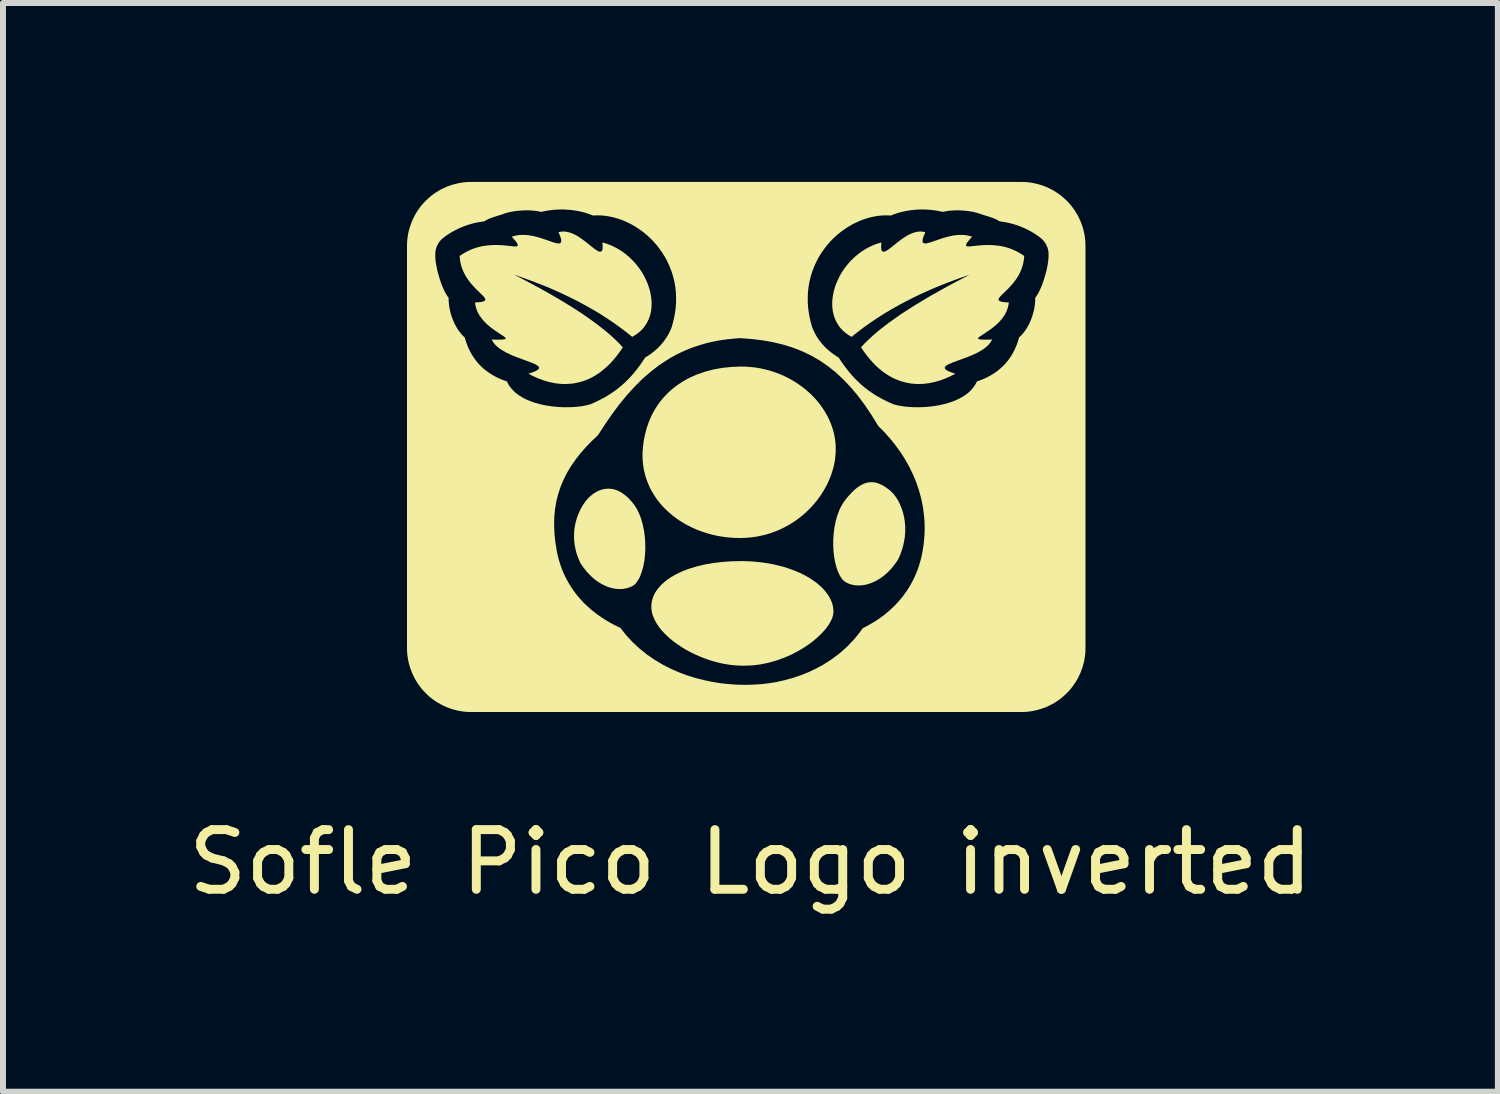
<source format=kicad_pcb>
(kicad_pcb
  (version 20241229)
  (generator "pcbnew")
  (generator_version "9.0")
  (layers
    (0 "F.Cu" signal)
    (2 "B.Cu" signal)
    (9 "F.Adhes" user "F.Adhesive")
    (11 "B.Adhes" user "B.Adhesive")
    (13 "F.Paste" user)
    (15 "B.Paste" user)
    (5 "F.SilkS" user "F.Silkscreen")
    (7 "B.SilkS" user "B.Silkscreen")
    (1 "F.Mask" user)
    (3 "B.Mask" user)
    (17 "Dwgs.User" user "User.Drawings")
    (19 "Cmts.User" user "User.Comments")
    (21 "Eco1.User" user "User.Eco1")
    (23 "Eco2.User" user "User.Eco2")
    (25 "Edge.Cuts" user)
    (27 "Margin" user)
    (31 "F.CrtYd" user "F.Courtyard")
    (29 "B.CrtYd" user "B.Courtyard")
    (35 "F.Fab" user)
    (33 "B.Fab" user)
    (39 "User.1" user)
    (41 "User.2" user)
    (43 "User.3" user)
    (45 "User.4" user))
  (footprint "Sofle Pico Logo inverted"
    (layer "F.Cu")
    (at 9.46 4.443)
    (property "Reference" "Sofle Pico Logo inverted" (at 0.07 6.96 0) (unlocked yes) (layer "F.SilkS") (effects (font (size 1 1) (thickness 0.15))))
    (fp_poly (pts (xy 2.119 0.591) (xy 2.138 0.592) (xy 2.157 0.595) (xy 2.176 0.599) (xy 2.194 0.605) (xy 2.213 0.611) (xy 2.231 0.618) (xy 2.25 0.626) (xy 2.268 0.634) (xy 2.286 0.644) (xy 2.304 0.654) (xy 2.322 0.665) (xy 2.34 0.677) (xy 2.358 0.689) (xy 2.376 0.703) (xy 2.394 0.716) (xy 2.435 0.751) (xy 2.474 0.794) (xy 2.511 0.843) (xy 2.546 0.898) (xy 2.577 0.96) (xy 2.604 1.026) (xy 2.627 1.097) (xy 2.646 1.173) (xy 2.658 1.253) (xy 2.665 1.337) (xy 2.665 1.423) (xy 2.658 1.512) (xy 2.642 1.604) (xy 2.632 1.65) (xy 2.619 1.697) (xy 2.604 1.744) (xy 2.587 1.792) (xy 2.567 1.839) (xy 2.545 1.887) (xy 2.518 1.927) (xy 2.491 1.965) (xy 2.463 2.001) (xy 2.435 2.035) (xy 2.406 2.067) (xy 2.376 2.096) (xy 2.347 2.124) (xy 2.317 2.15) (xy 2.286 2.174) (xy 2.256 2.196) (xy 2.225 2.216) (xy 2.194 2.234) (xy 2.163 2.251) (xy 2.132 2.265) (xy 2.101 2.278) (xy 2.07 2.289) (xy 2.04 2.299) (xy 2.01 2.307) (xy 1.98 2.313) (xy 1.95 2.317) (xy 1.921 2.32) (xy 1.892 2.321) (xy 1.864 2.321) (xy 1.836 2.319) (xy 1.81 2.316) (xy 1.783 2.311) (xy 1.758 2.304) (xy 1.733 2.297) (xy 1.71 2.288) (xy 1.687 2.277) (xy 1.665 2.265) (xy 1.645 2.252) (xy 1.624 2.232) (xy 1.604 2.209) (xy 1.586 2.183) (xy 1.568 2.154) (xy 1.537 2.088) (xy 1.511 2.012) (xy 1.489 1.929) (xy 1.473 1.84) (xy 1.463 1.745) (xy 1.458 1.647) (xy 1.459 1.547) (xy 1.466 1.446) (xy 1.479 1.346) (xy 1.499 1.249) (xy 1.525 1.154) (xy 1.558 1.065) (xy 1.577 1.023) (xy 1.598 0.982) (xy 1.621 0.944) (xy 1.646 0.908) (xy 1.678 0.866) (xy 1.71 0.827) (xy 1.742 0.792) (xy 1.772 0.76) (xy 1.802 0.731) (xy 1.832 0.704) (xy 1.861 0.681) (xy 1.889 0.661) (xy 1.917 0.644) (xy 1.944 0.629) (xy 1.971 0.616) (xy 1.998 0.607) (xy 2.024 0.599) (xy 2.049 0.594) (xy 2.075 0.591) (xy 2.1 0.59)) (stroke (width 0) (type solid)) (fill yes) (layer "F.SilkS"))
    (fp_poly (pts (xy 0.021 1.916) (xy 0.104 1.92) (xy 0.186 1.927) (xy 0.265 1.936) (xy 0.342 1.947) (xy 0.417 1.96) (xy 0.49 1.976) (xy 0.561 1.993) (xy 0.63 2.011) (xy 0.696 2.032) (xy 0.76 2.054) (xy 0.822 2.078) (xy 0.881 2.103) (xy 0.937 2.129) (xy 0.992 2.157) (xy 1.043 2.186) (xy 1.092 2.217) (xy 1.138 2.248) (xy 1.181 2.28) (xy 1.221 2.314) (xy 1.259 2.348) (xy 1.293 2.383) (xy 1.325 2.419) (xy 1.353 2.455) (xy 1.378 2.492) (xy 1.4 2.53) (xy 1.419 2.568) (xy 1.435 2.606) (xy 1.447 2.644) (xy 1.455 2.683) (xy 1.46 2.722) (xy 1.462 2.76) (xy 1.46 2.793) (xy 1.453 2.827) (xy 1.443 2.862) (xy 1.428 2.898) (xy 1.388 2.972) (xy 1.333 3.048) (xy 1.265 3.125) (xy 1.185 3.201) (xy 1.094 3.276) (xy 0.993 3.347) (xy 0.882 3.415) (xy 0.764 3.477) (xy 0.639 3.532) (xy 0.508 3.579) (xy 0.372 3.618) (xy 0.232 3.646) (xy 0.161 3.655) (xy 0.09 3.662) (xy 0.018 3.665) (xy -0.055 3.666) (xy -0.119 3.665) (xy -0.185 3.661) (xy -0.251 3.655) (xy -0.318 3.645) (xy -0.385 3.634) (xy -0.451 3.619) (xy -0.518 3.602) (xy -0.584 3.583) (xy -0.65 3.561) (xy -0.715 3.538) (xy -0.78 3.512) (xy -0.843 3.484) (xy -0.904 3.455) (xy -0.965 3.424) (xy -1.024 3.391) (xy -1.081 3.356) (xy -1.135 3.32) (xy -1.188 3.283) (xy -1.238 3.245) (xy -1.286 3.205) (xy -1.331 3.164) (xy -1.373 3.123) (xy -1.412 3.08) (xy -1.448 3.037) (xy -1.48 2.993) (xy -1.508 2.949) (xy -1.533 2.904) (xy -1.553 2.858) (xy -1.57 2.813) (xy -1.582 2.767) (xy -1.589 2.722) (xy -1.591 2.676) (xy -1.589 2.636) (xy -1.584 2.597) (xy -1.575 2.559) (xy -1.563 2.521) (xy -1.548 2.484) (xy -1.529 2.447) (xy -1.507 2.412) (xy -1.482 2.377) (xy -1.423 2.31) (xy -1.352 2.246) (xy -1.269 2.187) (xy -1.175 2.133) (xy -1.071 2.084) (xy -0.955 2.04) (xy -0.83 2.002) (xy -0.695 1.97) (xy -0.55 1.945) (xy -0.396 1.927) (xy -0.234 1.916) (xy -0.063 1.913)) (stroke (width 0) (type solid)) (fill yes) (layer "F.SilkS"))
    (fp_poly (pts (xy -2.297 0.699) (xy -2.272 0.701) (xy -2.246 0.705) (xy -2.219 0.71) (xy -2.192 0.718) (xy -2.165 0.728) (xy -2.138 0.74) (xy -2.11 0.754) (xy -2.082 0.771) (xy -2.054 0.791) (xy -2.025 0.813) (xy -1.996 0.838) (xy -1.967 0.866) (xy -1.938 0.897) (xy -1.909 0.931) (xy -1.88 0.968) (xy -1.855 1.005) (xy -1.832 1.043) (xy -1.811 1.084) (xy -1.792 1.126) (xy -1.775 1.17) (xy -1.759 1.215) (xy -1.733 1.309) (xy -1.713 1.407) (xy -1.7 1.507) (xy -1.693 1.608) (xy -1.692 1.708) (xy -1.697 1.806) (xy -1.707 1.901) (xy -1.723 1.99) (xy -1.745 2.073) (xy -1.771 2.148) (xy -1.786 2.183) (xy -1.802 2.214) (xy -1.82 2.243) (xy -1.838 2.27) (xy -1.858 2.293) (xy -1.879 2.313) (xy -1.899 2.326) (xy -1.921 2.338) (xy -1.944 2.348) (xy -1.967 2.357) (xy -1.992 2.365) (xy -2.017 2.371) (xy -2.044 2.376) (xy -2.071 2.38) (xy -2.098 2.381) (xy -2.126 2.382) (xy -2.155 2.381) (xy -2.184 2.378) (xy -2.214 2.373) (xy -2.244 2.367) (xy -2.274 2.36) (xy -2.305 2.35) (xy -2.335 2.339) (xy -2.366 2.326) (xy -2.397 2.311) (xy -2.428 2.295) (xy -2.459 2.277) (xy -2.49 2.257) (xy -2.52 2.235) (xy -2.551 2.211) (xy -2.581 2.185) (xy -2.611 2.157) (xy -2.64 2.127) (xy -2.669 2.096) (xy -2.697 2.062) (xy -2.725 2.026) (xy -2.752 1.988) (xy -2.779 1.948) (xy -2.801 1.9) (xy -2.82 1.853) (xy -2.837 1.806) (xy -2.851 1.76) (xy -2.862 1.714) (xy -2.871 1.669) (xy -2.878 1.625) (xy -2.883 1.581) (xy -2.886 1.538) (xy -2.887 1.496) (xy -2.886 1.454) (xy -2.884 1.414) (xy -2.88 1.374) (xy -2.874 1.336) (xy -2.867 1.298) (xy -2.859 1.261) (xy -2.849 1.226) (xy -2.839 1.191) (xy -2.827 1.158) (xy -2.815 1.126) (xy -2.788 1.065) (xy -2.759 1.01) (xy -2.729 0.96) (xy -2.699 0.917) (xy -2.669 0.88) (xy -2.64 0.849) (xy -2.626 0.836) (xy -2.611 0.822) (xy -2.595 0.809) (xy -2.578 0.796) (xy -2.561 0.783) (xy -2.543 0.771) (xy -2.523 0.759) (xy -2.504 0.749) (xy -2.483 0.738) (xy -2.462 0.729) (xy -2.44 0.721) (xy -2.418 0.714) (xy -2.395 0.708) (xy -2.371 0.704) (xy -2.347 0.701) (xy -2.322 0.699)) (stroke (width 0) (type solid)) (fill yes) (layer "F.SilkS"))
    (fp_poly (pts (xy -0.012 -1.347) (xy 0.067 -1.341) (xy 0.144 -1.333) (xy 0.221 -1.321) (xy 0.296 -1.305) (xy 0.37 -1.287) (xy 0.442 -1.265) (xy 0.514 -1.24) (xy 0.583 -1.213) (xy 0.651 -1.182) (xy 0.717 -1.149) (xy 0.781 -1.113) (xy 0.844 -1.074) (xy 0.904 -1.033) (xy 0.962 -0.99) (xy 1.017 -0.944) (xy 1.07 -0.897) (xy 1.121 -0.847) (xy 1.169 -0.795) (xy 1.214 -0.742) (xy 1.256 -0.686) (xy 1.295 -0.629) (xy 1.331 -0.571) (xy 1.364 -0.511) (xy 1.394 -0.449) (xy 1.42 -0.387) (xy 1.443 -0.323) (xy 1.462 -0.258) (xy 1.478 -0.192) (xy 1.489 -0.125) (xy 1.497 -0.058) (xy 1.5 0.01) (xy 1.5 0.079) (xy 1.495 0.148) (xy 1.487 0.217) (xy 1.475 0.285) (xy 1.459 0.354) (xy 1.439 0.421) (xy 1.416 0.489) (xy 1.389 0.555) (xy 1.359 0.62) (xy 1.325 0.685) (xy 1.288 0.748) (xy 1.248 0.81) (xy 1.205 0.87) (xy 1.159 0.929) (xy 1.11 0.986) (xy 1.058 1.04) (xy 1.004 1.093) (xy 0.947 1.143) (xy 0.887 1.191) (xy 0.824 1.237) (xy 0.759 1.279) (xy 0.692 1.319) (xy 0.623 1.356) (xy 0.551 1.39) (xy 0.477 1.42) (xy 0.401 1.447) (xy 0.324 1.47) (xy 0.244 1.489) (xy 0.162 1.505) (xy 0.079 1.516) (xy -0.005 1.523) (xy -0.092 1.526) (xy -0.178 1.525) (xy -0.264 1.52) (xy -0.349 1.511) (xy -0.433 1.499) (xy -0.515 1.483) (xy -0.596 1.464) (xy -0.675 1.441) (xy -0.753 1.415) (xy -0.829 1.386) (xy -0.902 1.354) (xy -0.974 1.318) (xy -1.043 1.28) (xy -1.11 1.239) (xy -1.175 1.195) (xy -1.236 1.148) (xy -1.295 1.098) (xy -1.351 1.046) (xy -1.404 0.992) (xy -1.453 0.934) (xy -1.499 0.875) (xy -1.541 0.813) (xy -1.58 0.748) (xy -1.615 0.682) (xy -1.646 0.613) (xy -1.672 0.543) (xy -1.695 0.47) (xy -1.713 0.396) (xy -1.726 0.32) (xy -1.735 0.242) (xy -1.739 0.162) (xy -1.738 0.081) (xy -1.731 -0.002) (xy -1.721 -0.085) (xy -1.707 -0.164) (xy -1.689 -0.241) (xy -1.669 -0.316) (xy -1.645 -0.388) (xy -1.618 -0.457) (xy -1.588 -0.524) (xy -1.555 -0.588) (xy -1.519 -0.65) (xy -1.48 -0.709) (xy -1.439 -0.765) (xy -1.395 -0.819) (xy -1.348 -0.87) (xy -1.299 -0.919) (xy -1.248 -0.965) (xy -1.194 -1.008) (xy -1.138 -1.049) (xy -1.08 -1.087) (xy -1.02 -1.123) (xy -0.958 -1.156) (xy -0.894 -1.186) (xy -0.829 -1.214) (xy -0.692 -1.262) (xy -0.55 -1.299) (xy -0.401 -1.326) (xy -0.248 -1.342) (xy -0.091 -1.348)) (stroke (width 0) (type solid)) (fill yes) (layer "F.SilkS"))
    (fp_poly (pts (xy 2.94 -3.611) (xy 2.949 -3.61) (xy 2.958 -3.609) (xy 2.967 -3.608) (xy 2.976 -3.606) (xy 2.984 -3.604) (xy 2.993 -3.602) (xy 3.002 -3.599) (xy 2.971 -3.525) (xy 2.962 -3.496) (xy 2.957 -3.471) (xy 2.956 -3.452) (xy 2.958 -3.436) (xy 2.964 -3.425) (xy 2.973 -3.417) (xy 2.986 -3.413) (xy 3.001 -3.412) (xy 3.019 -3.413) (xy 3.04 -3.417) (xy 3.09 -3.431) (xy 3.148 -3.451) (xy 3.286 -3.498) (xy 3.364 -3.521) (xy 3.445 -3.54) (xy 3.487 -3.547) (xy 3.529 -3.552) (xy 3.572 -3.555) (xy 3.615 -3.555) (xy 3.658 -3.553) (xy 3.701 -3.547) (xy 3.743 -3.538) (xy 3.786 -3.525) (xy 3.731 -3.462) (xy 3.697 -3.417) (xy 3.689 -3.4) (xy 3.685 -3.387) (xy 3.685 -3.377) (xy 3.691 -3.369) (xy 3.7 -3.365) (xy 3.714 -3.362) (xy 3.753 -3.362) (xy 3.871 -3.375) (xy 3.948 -3.382) (xy 4.034 -3.386) (xy 4.128 -3.384) (xy 4.228 -3.374) (xy 4.28 -3.366) (xy 4.333 -3.354) (xy 4.386 -3.339) (xy 4.441 -3.32) (xy 4.495 -3.297) (xy 4.55 -3.27) (xy 4.605 -3.238) (xy 4.66 -3.202) (xy 4.655 -3.147) (xy 4.647 -3.096) (xy 4.635 -3.046) (xy 4.62 -2.999) (xy 4.603 -2.954) (xy 4.583 -2.912) (xy 4.561 -2.871) (xy 4.538 -2.833) (xy 4.513 -2.797) (xy 4.487 -2.763) (xy 4.435 -2.701) (xy 4.383 -2.646) (xy 4.334 -2.598) (xy 4.292 -2.557) (xy 4.258 -2.523) (xy 4.246 -2.508) (xy 4.236 -2.494) (xy 4.231 -2.481) (xy 4.229 -2.47) (xy 4.232 -2.46) (xy 4.239 -2.452) (xy 4.252 -2.444) (xy 4.27 -2.438) (xy 4.293 -2.432) (xy 4.323 -2.428) (xy 4.402 -2.422) (xy 4.395 -2.374) (xy 4.383 -2.329) (xy 4.368 -2.286) (xy 4.349 -2.245) (xy 4.327 -2.206) (xy 4.302 -2.17) (xy 4.275 -2.135) (xy 4.246 -2.102) (xy 4.216 -2.072) (xy 4.185 -2.043) (xy 4.121 -1.991) (xy 4.059 -1.947) (xy 4.002 -1.909) (xy 3.915 -1.851) (xy 3.901 -1.841) (xy 3.892 -1.831) (xy 3.887 -1.823) (xy 3.887 -1.816) (xy 3.893 -1.811) (xy 3.905 -1.806) (xy 3.923 -1.803) (xy 3.947 -1.8) (xy 4.018 -1.799) (xy 4.122 -1.801) (xy 4.104 -1.768) (xy 4.082 -1.736) (xy 4.055 -1.706) (xy 4.025 -1.678) (xy 3.992 -1.652) (xy 3.955 -1.627) (xy 3.916 -1.603) (xy 3.876 -1.581) (xy 3.79 -1.541) (xy 3.702 -1.505) (xy 3.534 -1.443) (xy 3.461 -1.416) (xy 3.401 -1.391) (xy 3.376 -1.378) (xy 3.356 -1.366) (xy 3.342 -1.353) (xy 3.332 -1.341) (xy 3.328 -1.328) (xy 3.331 -1.316) (xy 3.34 -1.302) (xy 3.357 -1.289) (xy 3.381 -1.275) (xy 3.414 -1.26) (xy 3.455 -1.244) (xy 3.505 -1.228) (xy 3.428 -1.188) (xy 3.346 -1.151) (xy 3.258 -1.118) (xy 3.165 -1.091) (xy 3.069 -1.07) (xy 2.969 -1.058) (xy 2.918 -1.056) (xy 2.867 -1.056) (xy 2.815 -1.059) (xy 2.762 -1.064) (xy 2.71 -1.073) (xy 2.656 -1.085) (xy 2.603 -1.1) (xy 2.55 -1.118) (xy 2.496 -1.14) (xy 2.442 -1.166) (xy 2.389 -1.196) (xy 2.336 -1.23) (xy 2.282 -1.269) (xy 2.23 -1.312) (xy 2.177 -1.359) (xy 2.125 -1.411) (xy 2.074 -1.469) (xy 2.023 -1.531) (xy 1.973 -1.598) (xy 1.924 -1.671) (xy 1.984 -1.735) (xy 2.05 -1.8) (xy 2.123 -1.867) (xy 2.202 -1.935) (xy 2.288 -2.004) (xy 2.381 -2.075) (xy 2.589 -2.223) (xy 2.828 -2.377) (xy 3.099 -2.539) (xy 3.404 -2.709) (xy 3.745 -2.888) (xy 3.606 -2.84) (xy 3.469 -2.79) (xy 3.333 -2.738) (xy 3.2 -2.685) (xy 3.068 -2.628) (xy 2.939 -2.57) (xy 2.811 -2.509) (xy 2.686 -2.446) (xy 2.562 -2.38) (xy 2.442 -2.312) (xy 2.323 -2.242) (xy 2.207 -2.168) (xy 2.093 -2.092) (xy 1.981 -2.013) (xy 1.873 -1.931) (xy 1.766 -1.846) (xy 1.709 -1.88) (xy 1.658 -1.917) (xy 1.613 -1.958) (xy 1.573 -2.002) (xy 1.539 -2.05) (xy 1.51 -2.1) (xy 1.486 -2.152) (xy 1.467 -2.207) (xy 1.454 -2.263) (xy 1.445 -2.322) (xy 1.441 -2.381) (xy 1.442 -2.442) (xy 1.448 -2.503) (xy 1.458 -2.565) (xy 1.472 -2.627) (xy 1.49 -2.689) (xy 1.513 -2.75) (xy 1.54 -2.811) (xy 1.57 -2.871) (xy 1.604 -2.93) (xy 1.642 -2.987) (xy 1.684 -3.042) (xy 1.728 -3.095) (xy 1.776 -3.145) (xy 1.828 -3.193) (xy 1.882 -3.238) (xy 1.939 -3.28) (xy 2 -3.318) (xy 2.062 -3.352) (xy 2.128 -3.382) (xy 2.196 -3.408) (xy 2.266 -3.429) (xy 2.263 -3.391) (xy 2.261 -3.358) (xy 2.262 -3.331) (xy 2.266 -3.31) (xy 2.271 -3.294) (xy 2.279 -3.283) (xy 2.288 -3.276) (xy 2.299 -3.273) (xy 2.312 -3.274) (xy 2.327 -3.278) (xy 2.344 -3.286) (xy 2.362 -3.296) (xy 2.402 -3.324) (xy 2.448 -3.36) (xy 2.553 -3.444) (xy 2.611 -3.487) (xy 2.672 -3.528) (xy 2.703 -3.546) (xy 2.735 -3.563) (xy 2.767 -3.578) (xy 2.8 -3.59) (xy 2.833 -3.6) (xy 2.866 -3.607) (xy 2.899 -3.611) (xy 2.932 -3.612)) (stroke (width 0) (type solid)) (fill yes) (layer "F.SilkS"))
    (fp_poly (pts (xy -3.044 -3.611) (xy -3.011 -3.607) (xy -2.978 -3.6) (xy -2.945 -3.59) (xy -2.912 -3.578) (xy -2.88 -3.563) (xy -2.848 -3.546) (xy -2.817 -3.528) (xy -2.756 -3.487) (xy -2.698 -3.444) (xy -2.593 -3.36) (xy -2.547 -3.324) (xy -2.507 -3.296) (xy -2.489 -3.286) (xy -2.472 -3.278) (xy -2.457 -3.274) (xy -2.444 -3.273) (xy -2.433 -3.276) (xy -2.424 -3.283) (xy -2.416 -3.294) (xy -2.411 -3.31) (xy -2.408 -3.331) (xy -2.407 -3.358) (xy -2.408 -3.391) (xy -2.411 -3.429) (xy -2.341 -3.408) (xy -2.273 -3.382) (xy -2.208 -3.352) (xy -2.145 -3.318) (xy -2.084 -3.28) (xy -2.027 -3.238) (xy -1.973 -3.193) (xy -1.922 -3.145) (xy -1.873 -3.095) (xy -1.829 -3.042) (xy -1.787 -2.987) (xy -1.749 -2.93) (xy -1.715 -2.871) (xy -1.685 -2.811) (xy -1.658 -2.75) (xy -1.636 -2.689) (xy -1.617 -2.627) (xy -1.603 -2.565) (xy -1.593 -2.503) (xy -1.587 -2.442) (xy -1.587 -2.381) (xy -1.59 -2.322) (xy -1.599 -2.263) (xy -1.612 -2.207) (xy -1.631 -2.152) (xy -1.655 -2.1) (xy -1.684 -2.05) (xy -1.718 -2.002) (xy -1.758 -1.958) (xy -1.803 -1.917) (xy -1.855 -1.88) (xy -1.912 -1.846) (xy -2.018 -1.931) (xy -2.127 -2.013) (xy -2.238 -2.092) (xy -2.352 -2.168) (xy -2.468 -2.242) (xy -2.587 -2.312) (xy -2.708 -2.38) (xy -2.831 -2.446) (xy -2.956 -2.509) (xy -3.084 -2.57) (xy -3.213 -2.628) (xy -3.345 -2.685) (xy -3.614 -2.79) (xy -3.89 -2.888) (xy -3.715 -2.797) (xy -3.549 -2.709) (xy -3.392 -2.623) (xy -3.244 -2.539) (xy -3.104 -2.457) (xy -2.973 -2.377) (xy -2.849 -2.299) (xy -2.734 -2.223) (xy -2.626 -2.148) (xy -2.526 -2.075) (xy -2.433 -2.004) (xy -2.347 -1.935) (xy -2.268 -1.867) (xy -2.195 -1.8) (xy -2.129 -1.735) (xy -2.069 -1.671) (xy -2.118 -1.598) (xy -2.168 -1.531) (xy -2.219 -1.469) (xy -2.27 -1.411) (xy -2.322 -1.359) (xy -2.375 -1.312) (xy -2.428 -1.269) (xy -2.481 -1.23) (xy -2.534 -1.196) (xy -2.587 -1.166) (xy -2.641 -1.14) (xy -2.695 -1.118) (xy -2.748 -1.1) (xy -2.802 -1.085) (xy -2.855 -1.073) (xy -2.908 -1.064) (xy -2.96 -1.059) (xy -3.012 -1.056) (xy -3.064 -1.056) (xy -3.115 -1.058) (xy -3.165 -1.063) (xy -3.214 -1.07) (xy -3.311 -1.091) (xy -3.403 -1.118) (xy -3.491 -1.151) (xy -3.573 -1.188) (xy -3.65 -1.228) (xy -3.559 -1.26) (xy -3.526 -1.275) (xy -3.502 -1.289) (xy -3.485 -1.302) (xy -3.476 -1.316) (xy -3.473 -1.328) (xy -3.477 -1.341) (xy -3.487 -1.353) (xy -3.502 -1.366) (xy -3.546 -1.391) (xy -3.606 -1.416) (xy -3.679 -1.443) (xy -3.847 -1.505) (xy -3.935 -1.541) (xy -4.021 -1.581) (xy -4.1 -1.627) (xy -4.137 -1.652) (xy -4.17 -1.678) (xy -4.201 -1.706) (xy -4.227 -1.736) (xy -4.249 -1.768) (xy -4.267 -1.801) (xy -4.164 -1.799) (xy -4.092 -1.8) (xy -4.068 -1.803) (xy -4.05 -1.806) (xy -4.038 -1.811) (xy -4.032 -1.816) (xy -4.032 -1.823) (xy -4.037 -1.831) (xy -4.06 -1.851) (xy -4.147 -1.909) (xy -4.204 -1.947) (xy -4.266 -1.991) (xy -4.33 -2.043) (xy -4.361 -2.072) (xy -4.391 -2.102) (xy -4.42 -2.135) (xy -4.447 -2.17) (xy -4.472 -2.206) (xy -4.494 -2.245) (xy -4.513 -2.286) (xy -4.528 -2.329) (xy -4.54 -2.374) (xy -4.547 -2.422) (xy -4.468 -2.428) (xy -4.438 -2.432) (xy -4.415 -2.438) (xy -4.397 -2.444) (xy -4.384 -2.452) (xy -4.377 -2.46) (xy -4.374 -2.47) (xy -4.376 -2.481) (xy -4.382 -2.494) (xy -4.391 -2.508) (xy -4.403 -2.523) (xy -4.437 -2.557) (xy -4.479 -2.598) (xy -4.528 -2.646) (xy -4.58 -2.701) (xy -4.633 -2.763) (xy -4.658 -2.797) (xy -4.683 -2.833) (xy -4.706 -2.871) (xy -4.728 -2.912) (xy -4.748 -2.954) (xy -4.765 -2.999) (xy -4.78 -3.046) (xy -4.792 -3.096) (xy -4.8 -3.147) (xy -4.805 -3.202) (xy -4.75 -3.238) (xy -4.695 -3.27) (xy -4.64 -3.297) (xy -4.586 -3.32) (xy -4.531 -3.339) (xy -4.478 -3.354) (xy -4.425 -3.366) (xy -4.373 -3.374) (xy -4.322 -3.38) (xy -4.273 -3.384) (xy -4.225 -3.386) (xy -4.179 -3.386) (xy -4.093 -3.382) (xy -4.016 -3.375) (xy -3.898 -3.362) (xy -3.877 -3.361) (xy -3.859 -3.362) (xy -3.845 -3.365) (xy -3.836 -3.369) (xy -3.831 -3.377) (xy -3.83 -3.387) (xy -3.834 -3.4) (xy -3.843 -3.417) (xy -3.856 -3.437) (xy -3.876 -3.462) (xy -3.931 -3.525) (xy -3.889 -3.538) (xy -3.846 -3.547) (xy -3.803 -3.553) (xy -3.76 -3.555) (xy -3.717 -3.555) (xy -3.674 -3.552) (xy -3.632 -3.547) (xy -3.59 -3.54) (xy -3.549 -3.531) (xy -3.509 -3.521) (xy -3.431 -3.498) (xy -3.359 -3.474) (xy -3.293 -3.451) (xy -3.235 -3.431) (xy -3.209 -3.423) (xy -3.185 -3.417) (xy -3.164 -3.413) (xy -3.146 -3.412) (xy -3.131 -3.413) (xy -3.119 -3.417) (xy -3.114 -3.421) (xy -3.109 -3.425) (xy -3.106 -3.43) (xy -3.104 -3.436) (xy -3.101 -3.452) (xy -3.102 -3.471) (xy -3.107 -3.496) (xy -3.116 -3.525) (xy -3.13 -3.559) (xy -3.147 -3.599) (xy -3.138 -3.602) (xy -3.129 -3.604) (xy -3.121 -3.606) (xy -3.112 -3.608) (xy -3.103 -3.609) (xy -3.094 -3.61) (xy -3.086 -3.611) (xy -3.077 -3.612)) (stroke (width 0) (type solid)) (fill yes) (layer "F.SilkS"))
    (fp_poly (pts (xy 4.665 -4.442) (xy 4.72 -4.438) (xy 4.774 -4.431) (xy 4.827 -4.421) (xy 4.879 -4.409) (xy 4.93 -4.395) (xy 4.981 -4.378) (xy 5.03 -4.359) (xy 5.077 -4.337) (xy 5.124 -4.314) (xy 5.169 -4.288) (xy 5.213 -4.26) (xy 5.255 -4.23) (xy 5.296 -4.198) (xy 5.335 -4.164) (xy 5.372 -4.128) (xy 5.408 -4.091) (xy 5.442 -4.052) (xy 5.474 -4.011) (xy 5.504 -3.969) (xy 5.532 -3.925) (xy 5.558 -3.88) (xy 5.581 -3.833) (xy 5.603 -3.786) (xy 5.622 -3.737) (xy 5.639 -3.686) (xy 5.654 -3.635) (xy 5.666 -3.583) (xy 5.675 -3.53) (xy 5.682 -3.476) (xy 5.686 -3.421) (xy 5.687 -3.365) (xy 5.687 3.365) (xy 5.686 3.421) (xy 5.682 3.476) (xy 5.675 3.53) (xy 5.666 3.583) (xy 5.654 3.635) (xy 5.639 3.686) (xy 5.622 3.736) (xy 5.603 3.785) (xy 5.581 3.833) (xy 5.558 3.88) (xy 5.532 3.925) (xy 5.504 3.969) (xy 5.474 4.011) (xy 5.442 4.052) (xy 5.408 4.091) (xy 5.372 4.128) (xy 5.335 4.164) (xy 5.296 4.198) (xy 5.255 4.23) (xy 5.213 4.26) (xy 5.169 4.288) (xy 5.124 4.313) (xy 5.077 4.337) (xy 5.03 4.359) (xy 4.981 4.378) (xy 4.93 4.395) (xy 4.879 4.409) (xy 4.827 4.421) (xy 4.774 4.431) (xy 4.72 4.438) (xy 4.665 4.442) (xy 4.609 4.443) (xy -4.609 4.443) (xy -4.665 4.442) (xy -4.72 4.438) (xy -4.774 4.431) (xy -4.827 4.421) (xy -4.879 4.409) (xy -4.93 4.395) (xy -4.981 4.378) (xy -5.03 4.359) (xy -5.077 4.337) (xy -5.124 4.313) (xy -5.169 4.288) (xy -5.213 4.26) (xy -5.255 4.23) (xy -5.296 4.198) (xy -5.335 4.164) (xy -5.372 4.128) (xy -5.408 4.091) (xy -5.442 4.052) (xy -5.474 4.011) (xy -5.504 3.969) (xy -5.532 3.925) (xy -5.558 3.88) (xy -5.581 3.833) (xy -5.603 3.785) (xy -5.622 3.736) (xy -5.639 3.686) (xy -5.654 3.635) (xy -5.666 3.583) (xy -5.675 3.53) (xy -5.682 3.476) (xy -5.686 3.421) (xy -5.687 3.365) (xy -5.687 1.31) (xy -3.221 1.31) (xy -3.215 1.453) (xy -3.199 1.602) (xy -3.174 1.756) (xy -3.157 1.833) (xy -3.137 1.907) (xy -3.115 1.978) (xy -3.09 2.047) (xy -3.063 2.113) (xy -3.033 2.176) (xy -3.002 2.236) (xy -2.969 2.294) (xy -2.935 2.349) (xy -2.899 2.402) (xy -2.862 2.453) (xy -2.824 2.501) (xy -2.785 2.546) (xy -2.745 2.59) (xy -2.705 2.631) (xy -2.664 2.67) (xy -2.583 2.741) (xy -2.502 2.804) (xy -2.423 2.859) (xy -2.348 2.907) (xy -2.278 2.948) (xy -2.213 2.983) (xy -2.11 3.033) (xy -2.01 3.159) (xy -1.902 3.275) (xy -1.787 3.381) (xy -1.667 3.478) (xy -1.541 3.565) (xy -1.411 3.643) (xy -1.277 3.712) (xy -1.14 3.773) (xy -1.001 3.826) (xy -0.86 3.87) (xy -0.718 3.907) (xy -0.576 3.937) (xy -0.434 3.96) (xy -0.294 3.975) (xy -0.155 3.985) (xy -0.02 3.988) (xy 0.109 3.985) (xy 0.24 3.977) (xy 0.373 3.962) (xy 0.507 3.94) (xy 0.641 3.91) (xy 0.775 3.874) (xy 0.908 3.829) (xy 1.039 3.777) (xy 1.169 3.716) (xy 1.295 3.647) (xy 1.418 3.569) (xy 1.536 3.482) (xy 1.593 3.435) (xy 1.649 3.386) (xy 1.704 3.334) (xy 1.757 3.279) (xy 1.809 3.223) (xy 1.858 3.164) (xy 1.907 3.102) (xy 1.953 3.038) (xy 2.05 2.987) (xy 2.11 2.953) (xy 2.177 2.912) (xy 2.247 2.864) (xy 2.322 2.809) (xy 2.398 2.745) (xy 2.474 2.674) (xy 2.55 2.594) (xy 2.625 2.505) (xy 2.695 2.407) (xy 2.729 2.354) (xy 2.761 2.299) (xy 2.792 2.241) (xy 2.822 2.18) (xy 2.849 2.117) (xy 2.875 2.052) (xy 2.898 1.983) (xy 2.919 1.912) (xy 2.938 1.838) (xy 2.954 1.76) (xy 2.967 1.682) (xy 2.977 1.605) (xy 2.984 1.528) (xy 2.989 1.451) (xy 2.991 1.375) (xy 2.99 1.3) (xy 2.987 1.226) (xy 2.981 1.152) (xy 2.962 1.007) (xy 2.933 0.864) (xy 2.895 0.725) (xy 2.849 0.59) (xy 2.794 0.458) (xy 2.731 0.329) (xy 2.661 0.205) (xy 2.584 0.085) (xy 2.5 -0.031) (xy 2.41 -0.143) (xy 2.314 -0.25) (xy 2.213 -0.352) (xy 2.102 -0.533) (xy 1.989 -0.701) (xy 1.874 -0.856) (xy 1.755 -0.997) (xy 1.633 -1.127) (xy 1.507 -1.245) (xy 1.376 -1.35) (xy 1.239 -1.445) (xy 1.097 -1.528) (xy 0.948 -1.6) (xy 0.792 -1.662) (xy 0.629 -1.713) (xy 0.457 -1.755) (xy 0.276 -1.787) (xy 0.086 -1.81) (xy -0.114 -1.825) (xy -0.313 -1.806) (xy -0.408 -1.793) (xy -0.502 -1.777) (xy -0.593 -1.758) (xy -0.682 -1.736) (xy -0.769 -1.711) (xy -0.854 -1.684) (xy -0.937 -1.654) (xy -1.019 -1.62) (xy -1.098 -1.584) (xy -1.176 -1.546) (xy -1.252 -1.504) (xy -1.326 -1.46) (xy -1.471 -1.363) (xy -1.61 -1.255) (xy -1.745 -1.137) (xy -1.875 -1.007) (xy -2.002 -0.867) (xy -2.126 -0.716) (xy -2.247 -0.554) (xy -2.366 -0.382) (xy -2.484 -0.199) (xy -2.59 -0.099) (xy -2.689 0.003) (xy -2.78 0.107) (xy -2.862 0.213) (xy -2.937 0.321) (xy -3.004 0.432) (xy -3.061 0.546) (xy -3.111 0.664) (xy -3.151 0.785) (xy -3.183 0.909) (xy -3.205 1.038) (xy -3.218 1.172) (xy -3.221 1.31) (xy -5.687 1.31) (xy -5.687 -3.208) (xy -5.213 -3.208) (xy -5.213 -3.19) (xy -5.212 -3.173) (xy -5.211 -3.155) (xy -5.21 -3.138) (xy -5.206 -3.103) (xy -5.2 -3.068) (xy -5.194 -3.033) (xy -5.187 -2.999) (xy -5.18 -2.965) (xy -5.164 -2.905) (xy -5.147 -2.844) (xy -5.127 -2.783) (xy -5.117 -2.752) (xy -5.106 -2.722) (xy -5.094 -2.691) (xy -5.081 -2.662) (xy -5.068 -2.633) (xy -5.054 -2.604) (xy -5.039 -2.576) (xy -5.023 -2.55) (xy -5.007 -2.524) (xy -4.989 -2.499) (xy -4.989 -2.457) (xy -4.986 -2.413) (xy -4.981 -2.369) (xy -4.974 -2.324) (xy -4.964 -2.279) (xy -4.953 -2.233) (xy -4.939 -2.188) (xy -4.922 -2.143) (xy -4.904 -2.099) (xy -4.884 -2.056) (xy -4.861 -2.014) (xy -4.837 -1.974) (xy -4.81 -1.936) (xy -4.782 -1.9) (xy -4.751 -1.866) (xy -4.719 -1.835) (xy -4.704 -1.785) (xy -4.688 -1.737) (xy -4.671 -1.692) (xy -4.652 -1.649) (xy -4.633 -1.608) (xy -4.612 -1.569) (xy -4.59 -1.532) (xy -4.567 -1.498) (xy -4.544 -1.465) (xy -4.519 -1.433) (xy -4.495 -1.404) (xy -4.469 -1.376) (xy -4.444 -1.35) (xy -4.417 -1.326) (xy -4.391 -1.303) (xy -4.365 -1.282) (xy -4.312 -1.244) (xy -4.261 -1.211) (xy -4.21 -1.182) (xy -4.163 -1.158) (xy -4.118 -1.138) (xy -4.077 -1.122) (xy -4.011 -1.097) (xy -3.99 -1.055) (xy -3.966 -1.016) (xy -3.937 -0.98) (xy -3.906 -0.946) (xy -3.872 -0.913) (xy -3.835 -0.884) (xy -3.795 -0.856) (xy -3.753 -0.831) (xy -3.709 -0.807) (xy -3.663 -0.786) (xy -3.566 -0.748) (xy -3.465 -0.719) (xy -3.36 -0.696) (xy -3.253 -0.68) (xy -3.147 -0.67) (xy -3.043 -0.666) (xy -2.942 -0.667) (xy -2.847 -0.673) (xy -2.759 -0.683) (xy -2.68 -0.698) (xy -2.611 -0.716) (xy -2.532 -0.751) (xy -2.456 -0.788) (xy -2.384 -0.826) (xy -2.316 -0.866) (xy -2.251 -0.908) (xy -2.189 -0.951) (xy -2.13 -0.997) (xy -2.074 -1.044) (xy -2.02 -1.094) (xy -1.969 -1.145) (xy -1.919 -1.199) (xy -1.871 -1.255) (xy -1.825 -1.313) (xy -1.78 -1.373) (xy -1.736 -1.436) (xy -1.693 -1.501) (xy -1.656 -1.523) (xy -1.62 -1.547) (xy -1.585 -1.572) (xy -1.551 -1.598) (xy -1.518 -1.626) (xy -1.486 -1.655) (xy -1.455 -1.686) (xy -1.426 -1.718) (xy -1.398 -1.751) (xy -1.372 -1.785) (xy -1.347 -1.82) (xy -1.324 -1.856) (xy -1.302 -1.894) (xy -1.283 -1.932) (xy -1.265 -1.971) (xy -1.249 -2.012) (xy -1.221 -2.114) (xy -1.2 -2.215) (xy -1.185 -2.313) (xy -1.177 -2.41) (xy -1.176 -2.505) (xy 1.031 -2.505) (xy 1.032 -2.41) (xy 1.04 -2.313) (xy 1.054 -2.215) (xy 1.076 -2.114) (xy 1.104 -2.012) (xy 1.12 -1.971) (xy 1.138 -1.932) (xy 1.157 -1.894) (xy 1.179 -1.856) (xy 1.202 -1.82) (xy 1.227 -1.785) (xy 1.253 -1.751) (xy 1.281 -1.718) (xy 1.31 -1.686) (xy 1.341 -1.655) (xy 1.373 -1.626) (xy 1.406 -1.598) (xy 1.44 -1.572) (xy 1.475 -1.547) (xy 1.511 -1.523) (xy 1.548 -1.501) (xy 1.591 -1.436) (xy 1.635 -1.373) (xy 1.68 -1.313) (xy 1.726 -1.255) (xy 1.774 -1.199) (xy 1.824 -1.145) (xy 1.875 -1.094) (xy 1.929 -1.044) (xy 1.985 -0.997) (xy 2.044 -0.951) (xy 2.106 -0.908) (xy 2.171 -0.866) (xy 2.239 -0.826) (xy 2.311 -0.788) (xy 2.387 -0.751) (xy 2.466 -0.716) (xy 2.535 -0.698) (xy 2.614 -0.683) (xy 2.702 -0.673) (xy 2.797 -0.667) (xy 2.898 -0.666) (xy 3.002 -0.67) (xy 3.108 -0.68) (xy 3.215 -0.696) (xy 3.32 -0.719) (xy 3.421 -0.748) (xy 3.47 -0.766) (xy 3.518 -0.786) (xy 3.564 -0.807) (xy 3.608 -0.831) (xy 3.65 -0.856) (xy 3.69 -0.884) (xy 3.727 -0.913) (xy 3.761 -0.946) (xy 3.792 -0.98) (xy 3.82 -1.016) (xy 3.845 -1.055) (xy 3.866 -1.097) (xy 3.932 -1.122) (xy 3.973 -1.138) (xy 4.018 -1.158) (xy 4.065 -1.182) (xy 4.116 -1.211) (xy 4.167 -1.244) (xy 4.22 -1.282) (xy 4.272 -1.326) (xy 4.324 -1.376) (xy 4.349 -1.404) (xy 4.374 -1.433) (xy 4.399 -1.465) (xy 4.422 -1.498) (xy 4.445 -1.532) (xy 4.467 -1.569) (xy 4.488 -1.608) (xy 4.507 -1.649) (xy 4.526 -1.692) (xy 4.543 -1.737) (xy 4.559 -1.785) (xy 4.573 -1.835) (xy 4.606 -1.866) (xy 4.636 -1.9) (xy 4.665 -1.936) (xy 4.692 -1.974) (xy 4.716 -2.014) (xy 4.739 -2.056) (xy 4.759 -2.099) (xy 4.777 -2.143) (xy 4.793 -2.188) (xy 4.807 -2.233) (xy 4.819 -2.279) (xy 4.829 -2.324) (xy 4.836 -2.369) (xy 4.841 -2.413) (xy 4.844 -2.457) (xy 4.844 -2.499) (xy 4.862 -2.524) (xy 4.878 -2.55) (xy 4.894 -2.576) (xy 4.909 -2.604) (xy 4.923 -2.633) (xy 4.936 -2.662) (xy 4.949 -2.691) (xy 4.961 -2.722) (xy 4.982 -2.783) (xy 5.002 -2.844) (xy 5.019 -2.905) (xy 5.035 -2.965) (xy 5.042 -2.999) (xy 5.049 -3.033) (xy 5.055 -3.068) (xy 5.06 -3.103) (xy 5.064 -3.138) (xy 5.066 -3.155) (xy 5.067 -3.173) (xy 5.068 -3.19) (xy 5.068 -3.208) (xy 5.068 -3.225) (xy 5.068 -3.243) (xy 5.067 -3.261) (xy 5.065 -3.278) (xy 5.062 -3.296) (xy 5.058 -3.313) (xy 5.053 -3.331) (xy 5.048 -3.348) (xy 5.041 -3.364) (xy 5.034 -3.38) (xy 5.026 -3.396) (xy 5.017 -3.412) (xy 5.008 -3.427) (xy 4.997 -3.441) (xy 4.986 -3.455) (xy 4.974 -3.469) (xy 4.962 -3.481) (xy 4.949 -3.493) (xy 4.911 -3.523) (xy 4.871 -3.551) (xy 4.831 -3.578) (xy 4.79 -3.603) (xy 4.748 -3.626) (xy 4.705 -3.648) (xy 4.662 -3.669) (xy 4.617 -3.687) (xy 4.573 -3.705) (xy 4.527 -3.721) (xy 4.481 -3.735) (xy 4.435 -3.748) (xy 4.388 -3.759) (xy 4.34 -3.768) (xy 4.293 -3.776) (xy 4.245 -3.783) (xy 4.226 -3.795) (xy 4.207 -3.806) (xy 4.187 -3.816) (xy 4.167 -3.825) (xy 4.146 -3.834) (xy 4.126 -3.842) (xy 4.083 -3.856) (xy 3.995 -3.884) (xy 3.949 -3.898) (xy 3.926 -3.906) (xy 3.903 -3.915) (xy 3.869 -3.925) (xy 3.834 -3.934) (xy 3.797 -3.942) (xy 3.759 -3.949) (xy 3.72 -3.955) (xy 3.68 -3.959) (xy 3.64 -3.963) (xy 3.6 -3.965) (xy 3.56 -3.967) (xy 3.52 -3.967) (xy 3.48 -3.966) (xy 3.44 -3.963) (xy 3.402 -3.96) (xy 3.365 -3.955) (xy 3.329 -3.948) (xy 3.294 -3.941) (xy 3.257 -3.949) (xy 3.219 -3.957) (xy 3.18 -3.964) (xy 3.141 -3.969) (xy 3.101 -3.974) (xy 3.06 -3.977) (xy 3.019 -3.98) (xy 2.978 -3.981) (xy 2.943 -3.981) (xy 2.908 -3.981) (xy 2.873 -3.979) (xy 2.838 -3.977) (xy 2.803 -3.974) (xy 2.768 -3.97) (xy 2.733 -3.965) (xy 2.698 -3.959) (xy 2.663 -3.953) (xy 2.628 -3.945) (xy 2.594 -3.937) (xy 2.559 -3.928) (xy 2.525 -3.917) (xy 2.492 -3.906) (xy 2.458 -3.894) (xy 2.426 -3.88) (xy 2.354 -3.883) (xy 2.282 -3.881) (xy 2.21 -3.874) (xy 2.138 -3.862) (xy 2.066 -3.846) (xy 1.994 -3.824) (xy 1.923 -3.799) (xy 1.853 -3.768) (xy 1.783 -3.734) (xy 1.716 -3.695) (xy 1.65 -3.652) (xy 1.586 -3.606) (xy 1.524 -3.555) (xy 1.465 -3.501) (xy 1.408 -3.443) (xy 1.354 -3.381) (xy 1.304 -3.316) (xy 1.256 -3.248) (xy 1.213 -3.177) (xy 1.174 -3.102) (xy 1.139 -3.025) (xy 1.108 -2.945) (xy 1.082 -2.862) (xy 1.061 -2.776) (xy 1.045 -2.688) (xy 1.035 -2.598) (xy 1.031 -2.505) (xy -1.176 -2.505) (xy -1.18 -2.598) (xy -1.19 -2.688) (xy -1.206 -2.776) (xy -1.227 -2.862) (xy -1.253 -2.945) (xy -1.284 -3.025) (xy -1.319 -3.102) (xy -1.358 -3.177) (xy -1.402 -3.248) (xy -1.449 -3.316) (xy -1.499 -3.381) (xy -1.553 -3.443) (xy -1.61 -3.501) (xy -1.669 -3.555) (xy -1.731 -3.606) (xy -1.795 -3.652) (xy -1.861 -3.695) (xy -1.929 -3.734) (xy -1.998 -3.768) (xy -2.068 -3.799) (xy -2.139 -3.824) (xy -2.211 -3.846) (xy -2.283 -3.862) (xy -2.355 -3.874) (xy -2.428 -3.881) (xy -2.499 -3.883) (xy -2.571 -3.88) (xy -2.604 -3.894) (xy -2.637 -3.906) (xy -2.67 -3.917) (xy -2.704 -3.928) (xy -2.739 -3.937) (xy -2.773 -3.945) (xy -2.808 -3.953) (xy -2.843 -3.959) (xy -2.878 -3.965) (xy -2.913 -3.97) (xy -2.948 -3.974) (xy -2.983 -3.977) (xy -3.018 -3.979) (xy -3.053 -3.981) (xy -3.088 -3.981) (xy -3.123 -3.981) (xy -3.164 -3.98) (xy -3.205 -3.977) (xy -3.246 -3.974) (xy -3.286 -3.969) (xy -3.325 -3.964) (xy -3.364 -3.957) (xy -3.402 -3.949) (xy -3.439 -3.941) (xy -3.474 -3.948) (xy -3.51 -3.955) (xy -3.547 -3.96) (xy -3.586 -3.963) (xy -3.625 -3.966) (xy -3.665 -3.967) (xy -3.705 -3.967) (xy -3.745 -3.965) (xy -3.786 -3.963) (xy -3.826 -3.959) (xy -3.865 -3.955) (xy -3.904 -3.949) (xy -3.942 -3.942) (xy -3.979 -3.934) (xy -4.014 -3.925) (xy -4.048 -3.915) (xy -4.071 -3.906) (xy -4.094 -3.898) (xy -4.14 -3.884) (xy -4.228 -3.856) (xy -4.271 -3.842) (xy -4.291 -3.834) (xy -4.312 -3.825) (xy -4.332 -3.816) (xy -4.352 -3.806) (xy -4.371 -3.795) (xy -4.39 -3.783) (xy -4.438 -3.776) (xy -4.486 -3.768) (xy -4.533 -3.759) (xy -4.58 -3.748) (xy -4.626 -3.735) (xy -4.672 -3.721) (xy -4.718 -3.705) (xy -4.763 -3.687) (xy -4.807 -3.669) (xy -4.85 -3.648) (xy -4.893 -3.626) (xy -4.935 -3.603) (xy -4.976 -3.578) (xy -5.017 -3.551) (xy -5.056 -3.523) (xy -5.094 -3.493) (xy -5.107 -3.481) (xy -5.12 -3.469) (xy -5.131 -3.455) (xy -5.143 -3.441) (xy -5.153 -3.427) (xy -5.163 -3.412) (xy -5.171 -3.396) (xy -5.179 -3.38) (xy -5.187 -3.364) (xy -5.193 -3.348) (xy -5.198 -3.331) (xy -5.203 -3.313) (xy -5.207 -3.296) (xy -5.21 -3.278) (xy -5.212 -3.261) (xy -5.213 -3.243) (xy -5.213 -3.225) (xy -5.213 -3.208) (xy -5.687 -3.208) (xy -5.687 -3.365) (xy -5.686 -3.421) (xy -5.682 -3.476) (xy -5.675 -3.53) (xy -5.666 -3.583) (xy -5.654 -3.635) (xy -5.639 -3.686) (xy -5.622 -3.737) (xy -5.603 -3.786) (xy -5.581 -3.833) (xy -5.558 -3.88) (xy -5.532 -3.925) (xy -5.504 -3.969) (xy -5.474 -4.011) (xy -5.442 -4.052) (xy -5.408 -4.091) (xy -5.372 -4.128) (xy -5.335 -4.164) (xy -5.296 -4.198) (xy -5.255 -4.23) (xy -5.213 -4.26) (xy -5.169 -4.288) (xy -5.124 -4.314) (xy -5.077 -4.337) (xy -5.03 -4.359) (xy -4.981 -4.378) (xy -4.93 -4.395) (xy -4.879 -4.409) (xy -4.827 -4.421) (xy -4.774 -4.431) (xy -4.72 -4.438) (xy -4.665 -4.442) (xy -4.609 -4.443) (xy 4.609 -4.443)) (stroke (width 0) (type solid)) (fill yes) (layer "F.SilkS")))
  (gr_rect
    (start -3 -3)
    (end 22.06 15.252)
    (stroke (width 0.1) (type default))
    (fill no)
    (layer "Edge.Cuts")))
</source>
